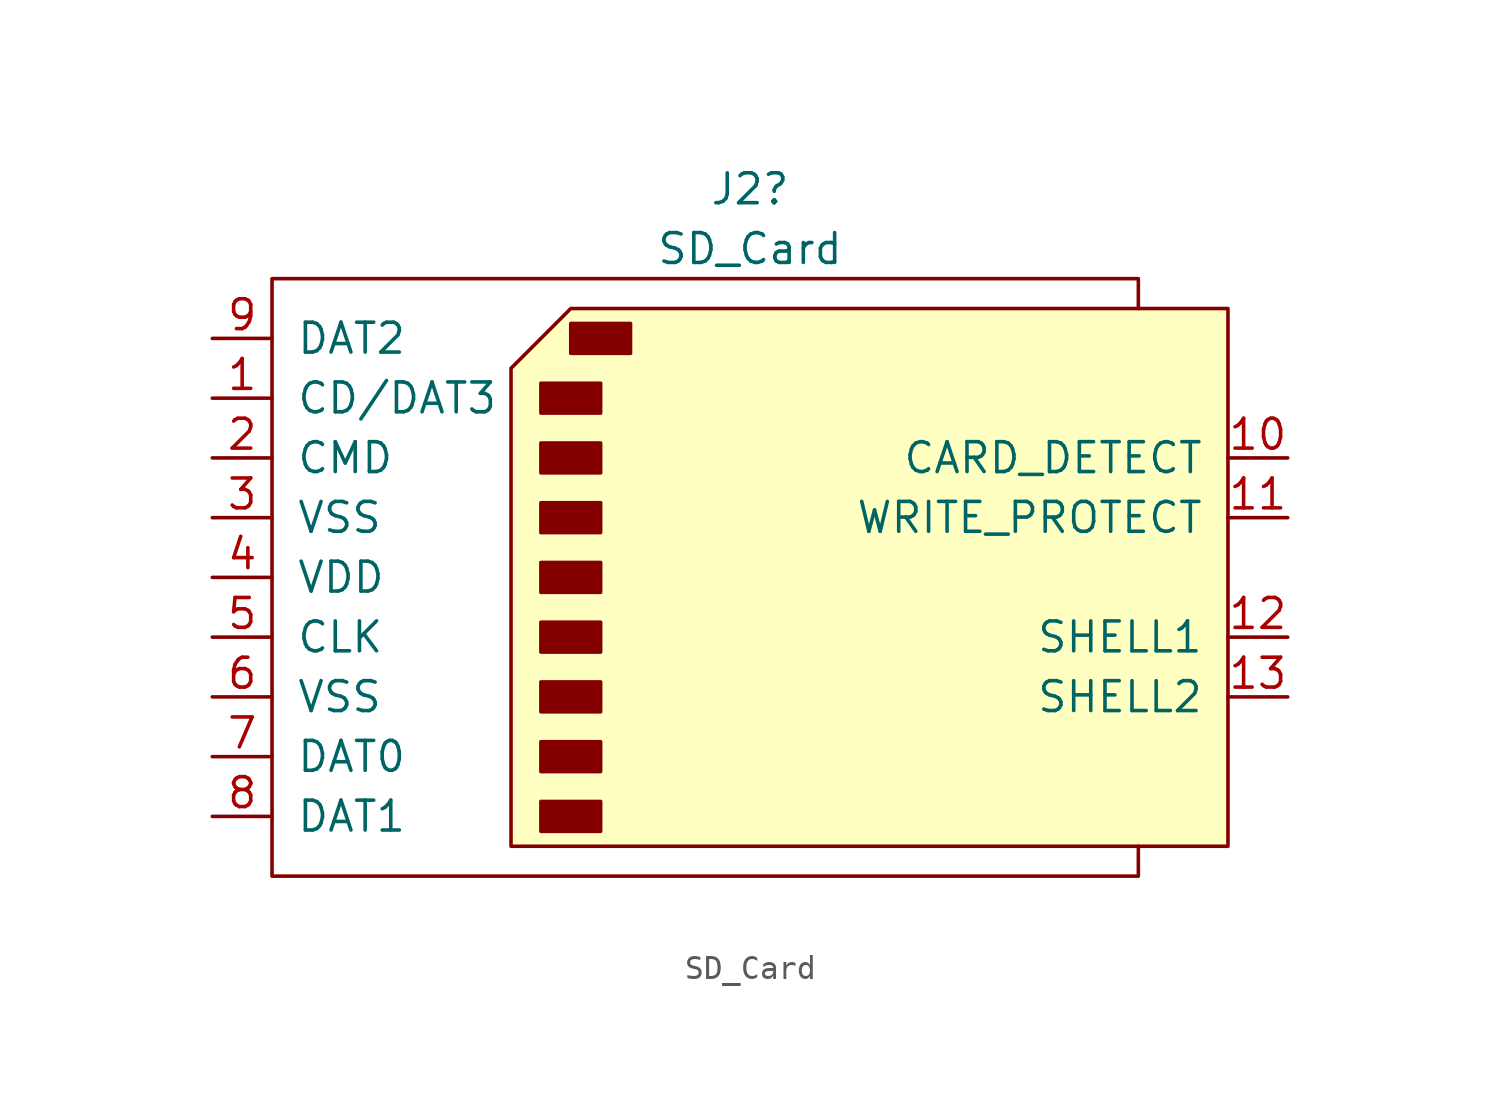
<source format=kicad_sym>
(kicad_symbol_lib
  (version 20220914)
  (generator kicad_symbol_editor)
  (symbol "SD_Card"
    (pin_names
      (offset 1.016))
    (property "Reference" "J2"
      (at 0 16.51 0)
      (effects (font (size 1.27 1.27))))
    (property "Value" "SD_Card"
      (at 0 13.97 0)
      (effects (font (size 1.27 1.27))))
    (symbol "SD_Card_0_1"
      (rectangle (start -8.89 -9.525) (end -6.35 -10.795) (stroke (width 0) (type default)) (fill (type outline)))
      (rectangle (start -8.89 -6.985) (end -6.35 -8.255) (stroke (width 0) (type default)) (fill (type outline)))
      (rectangle (start -8.89 -4.445) (end -6.35 -5.715) (stroke (width 0) (type default)) (fill (type outline)))
      (rectangle (start -8.89 -1.905) (end -6.35 -3.175) (stroke (width 0) (type default)) (fill (type outline)))
      (rectangle (start -8.89 0.635) (end -6.35 -0.635) (stroke (width 0) (type default)) (fill (type outline)))
      (rectangle (start -8.89 3.175) (end -6.35 1.905) (stroke (width 0) (type default)) (fill (type outline)))
      (rectangle (start -8.89 5.715) (end -6.35 4.445) (stroke (width 0) (type default)) (fill (type outline)))
      (rectangle (start -8.89 8.255) (end -6.35 6.985) (stroke (width 0) (type default)) (fill (type outline)))
      (rectangle (start -7.62 10.795) (end -5.08 9.525) (stroke (width 0) (type default)) (fill (type outline)))
      (polyline (pts (xy -10.16 8.89) (xy -7.62 11.43) (xy 20.32 11.43) (xy 20.32 -11.43) (xy -10.16 -11.43) (xy -10.16 8.89)) (stroke (width 0) (type default)) (fill (type background)))
      (polyline (pts (xy 16.51 11.43) (xy 16.51 12.7) (xy -20.32 12.7) (xy -20.32 -12.7) (xy 16.51 -12.7) (xy 16.51 -11.43)) (stroke (width 0) (type default)) (fill (type none))))
    (symbol "SD_Card_1_1"
      (pin input line (at -22.86 7.62 0) (length 2.54) (name "CD/DAT3" (effects (font (size 1.27 1.27)))) (number "1" (effects (font (size 1.27 1.27)))))
      (pin input line (at 22.86 5.08 180) (length 2.54) (name "CARD_DETECT" (effects (font (size 1.27 1.27)))) (number "10" (effects (font (size 1.27 1.27)))))
      (pin input line (at 22.86 2.54 180) (length 2.54) (name "WRITE_PROTECT" (effects (font (size 1.27 1.27)))) (number "11" (effects (font (size 1.27 1.27)))))
      (pin input line (at 22.86 -2.54 180) (length 2.54) (name "SHELL1" (effects (font (size 1.27 1.27)))) (number "12" (effects (font (size 1.27 1.27)))))
      (pin input line (at 22.86 -5.08 180) (length 2.54) (name "SHELL2" (effects (font (size 1.27 1.27)))) (number "13" (effects (font (size 1.27 1.27)))))
      (pin input line (at -22.86 5.08 0) (length 2.54) (name "CMD" (effects (font (size 1.27 1.27)))) (number "2" (effects (font (size 1.27 1.27)))))
      (pin power_in line (at -22.86 2.54 0) (length 2.54) (name "VSS" (effects (font (size 1.27 1.27)))) (number "3" (effects (font (size 1.27 1.27)))))
      (pin power_in line (at -22.86 0 0) (length 2.54) (name "VDD" (effects (font (size 1.27 1.27)))) (number "4" (effects (font (size 1.27 1.27)))))
      (pin input line (at -22.86 -2.54 0) (length 2.54) (name "CLK" (effects (font (size 1.27 1.27)))) (number "5" (effects (font (size 1.27 1.27)))))
      (pin power_in line (at -22.86 -5.08 0) (length 2.54) (name "VSS" (effects (font (size 1.27 1.27)))) (number "6" (effects (font (size 1.27 1.27)))))
      (pin input line (at -22.86 -7.62 0) (length 2.54) (name "DAT0" (effects (font (size 1.27 1.27)))) (number "7" (effects (font (size 1.27 1.27)))))
      (pin input line (at -22.86 -10.16 0) (length 2.54) (name "DAT1" (effects (font (size 1.27 1.27)))) (number "8" (effects (font (size 1.27 1.27)))))
      (pin input line (at -22.86 10.16 0) (length 2.54) (name "DAT2" (effects (font (size 1.27 1.27)))) (number "9" (effects (font (size 1.27 1.27))))))))
</source>
